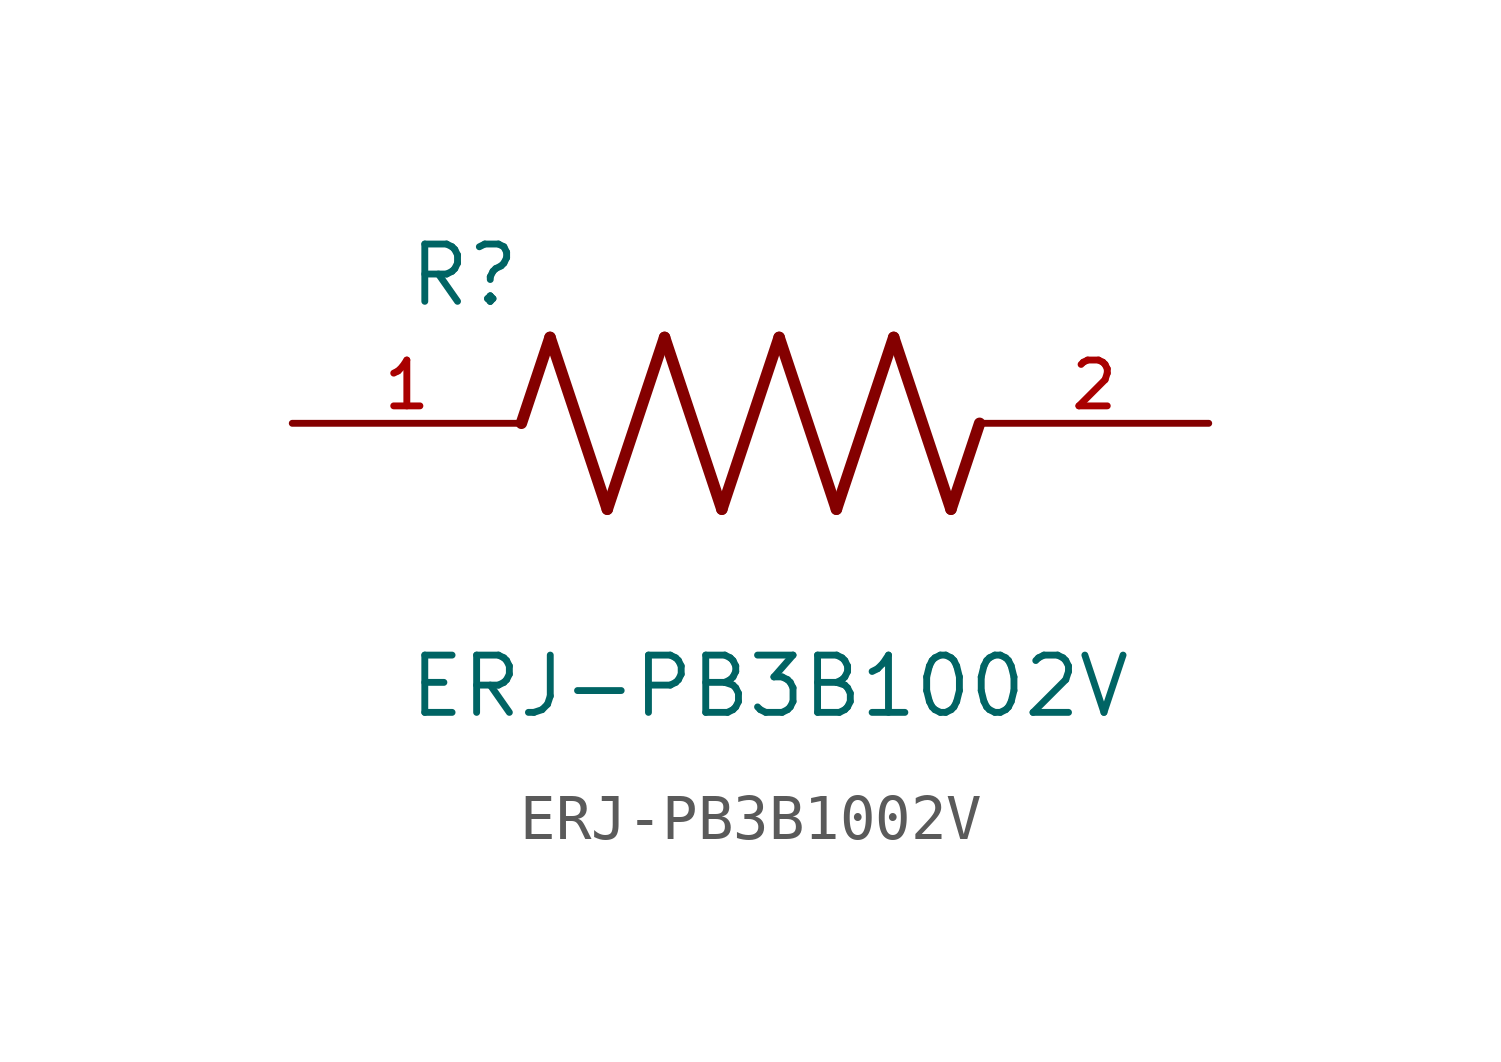
<source format=kicad_sym>
(kicad_symbol_lib
  (version 20211014)
  (generator kicad_symbol_editor)
  (symbol "ERJ-PB3B1002V"
    (pin_names
      (offset 1.016))
    (property "Reference" "R"
      (at -7.624 2.541 0)
      (effects (font (size 1.27 1.27)) (justify bottom left)))
    (property "Value" "ERJ-PB3B1002V"
      (at -7.624 -5.087 0)
      (effects (font (size 1.27 1.27)) (justify top left)))
    (symbol "ERJ-PB3B1002V_0_0"
      (polyline (pts (xy -5.08 0.0) (xy -4.445 1.905)) (stroke (width 0.254)))
      (polyline (pts (xy -4.445 1.905) (xy -3.175 -1.905)) (stroke (width 0.254)))
      (polyline (pts (xy -3.175 -1.905) (xy -1.905 1.905)) (stroke (width 0.254)))
      (polyline (pts (xy -1.905 1.905) (xy -0.635 -1.905)) (stroke (width 0.254)))
      (polyline (pts (xy -0.635 -1.905) (xy 0.635 1.905)) (stroke (width 0.254)))
      (polyline (pts (xy 0.635 1.905) (xy 1.905 -1.905)) (stroke (width 0.254)))
      (polyline (pts (xy 1.905 -1.905) (xy 3.175 1.905)) (stroke (width 0.254)))
      (polyline (pts (xy 3.175 1.905) (xy 4.445 -1.905)) (stroke (width 0.254)))
      (polyline (pts (xy 4.445 -1.905) (xy 5.08 0.0)) (stroke (width 0.254)))
      (pin passive line (at -10.16 0.0 0) (length 5.08) (name "~" (effects (font (size 1.016 1.016)))) (number "1" (effects (font (size 1.016 1.016)))))
      (pin passive line (at 10.16 0.0 180.0) (length 5.08) (name "~" (effects (font (size 1.016 1.016)))) (number "2" (effects (font (size 1.016 1.016))))))))
</source>
